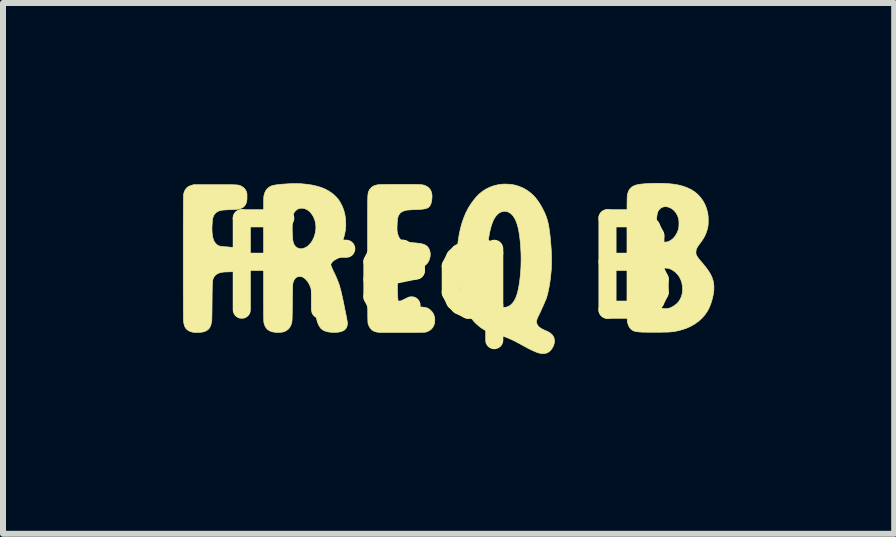
<source format=kicad_pcb>
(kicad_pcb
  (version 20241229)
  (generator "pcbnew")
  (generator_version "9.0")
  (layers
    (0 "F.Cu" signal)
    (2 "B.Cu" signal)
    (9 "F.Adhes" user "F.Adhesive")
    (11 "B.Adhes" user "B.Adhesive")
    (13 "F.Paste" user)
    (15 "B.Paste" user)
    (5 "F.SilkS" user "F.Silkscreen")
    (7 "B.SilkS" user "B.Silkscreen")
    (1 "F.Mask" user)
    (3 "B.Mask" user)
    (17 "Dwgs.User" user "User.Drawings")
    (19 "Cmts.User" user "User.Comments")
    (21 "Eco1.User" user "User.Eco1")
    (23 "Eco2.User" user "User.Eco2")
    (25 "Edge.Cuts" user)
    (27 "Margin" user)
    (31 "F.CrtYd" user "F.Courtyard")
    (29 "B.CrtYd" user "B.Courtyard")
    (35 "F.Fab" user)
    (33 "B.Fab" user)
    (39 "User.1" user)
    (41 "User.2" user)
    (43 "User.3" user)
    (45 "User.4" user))
  (footprint "Freq B"
    (layer "F.Cu")
    (at 4.427 1.423)
    (property "Reference" "Freq B" (at 0 0 0) (layer "F.SilkS") (effects (font (size 1.524 1.524) (thickness 0.3))))
    (attr through_hole)
    (fp_poly (pts (xy -3.767 -1.395) (xy -3.716 -1.395) (xy -3.672 -1.395) (xy -3.634 -1.394) (xy -3.602 -1.394) (xy -3.575 -1.393) (xy -3.552 -1.392) (xy -3.533 -1.391) (xy -3.518 -1.39) (xy -3.505 -1.388) (xy -3.494 -1.385) (xy -3.484 -1.383) (xy -3.476 -1.38) (xy -3.468 -1.376) (xy -3.46 -1.372) (xy -3.451 -1.368) (xy -3.421 -1.349) (xy -3.398 -1.327) (xy -3.38 -1.301) (xy -3.369 -1.276) (xy -3.365 -1.264) (xy -3.362 -1.253) (xy -3.361 -1.239) (xy -3.36 -1.221) (xy -3.36 -1.198) (xy -3.36 -1.196) (xy -3.36 -1.158) (xy -3.363 -1.127) (xy -3.369 -1.101) (xy -3.377 -1.077) (xy -3.381 -1.069) (xy -3.398 -1.042) (xy -3.42 -1.021) (xy -3.449 -1.005) (xy -3.484 -0.992) (xy -3.501 -0.988) (xy -3.514 -0.986) (xy -3.535 -0.984) (xy -3.561 -0.982) (xy -3.593 -0.98) (xy -3.627 -0.979) (xy -3.646 -0.978) (xy -3.684 -0.976) (xy -3.718 -0.974) (xy -3.747 -0.972) (xy -3.77 -0.97) (xy -3.787 -0.968) (xy -3.79 -0.967) (xy -3.83 -0.956) (xy -3.863 -0.939) (xy -3.889 -0.917) (xy -3.909 -0.89) (xy -3.924 -0.856) (xy -3.931 -0.832) (xy -3.935 -0.806) (xy -3.938 -0.773) (xy -3.941 -0.737) (xy -3.943 -0.699) (xy -3.944 -0.661) (xy -3.943 -0.626) (xy -3.942 -0.599) (xy -3.936 -0.552) (xy -3.929 -0.511) (xy -3.919 -0.477) (xy -3.906 -0.448) (xy -3.889 -0.424) (xy -3.873 -0.406) (xy -3.86 -0.394) (xy -3.845 -0.384) (xy -3.829 -0.376) (xy -3.81 -0.37) (xy -3.787 -0.366) (xy -3.758 -0.363) (xy -3.725 -0.36) (xy -3.671 -0.356) (xy -3.625 -0.352) (xy -3.586 -0.348) (xy -3.552 -0.343) (xy -3.524 -0.338) (xy -3.501 -0.331) (xy -3.481 -0.324) (xy -3.464 -0.316) (xy -3.45 -0.306) (xy -3.436 -0.294) (xy -3.433 -0.291) (xy -3.413 -0.265) (xy -3.398 -0.234) (xy -3.388 -0.199) (xy -3.385 -0.162) (xy -3.387 -0.124) (xy -3.395 -0.087) (xy -3.41 -0.052) (xy -3.421 -0.033) (xy -3.438 -0.011) (xy -3.459 0.01) (xy -3.481 0.026) (xy -3.503 0.038) (xy -3.503 0.038) (xy -3.521 0.043) (xy -3.546 0.048) (xy -3.576 0.052) (xy -3.609 0.056) (xy -3.643 0.058) (xy -3.677 0.059) (xy -3.688 0.059) (xy -3.741 0.061) (xy -3.787 0.067) (xy -3.826 0.078) (xy -3.858 0.093) (xy -3.885 0.112) (xy -3.905 0.136) (xy -3.916 0.155) (xy -3.92 0.164) (xy -3.923 0.172) (xy -3.926 0.18) (xy -3.929 0.188) (xy -3.931 0.198) (xy -3.933 0.209) (xy -3.935 0.223) (xy -3.936 0.24) (xy -3.937 0.26) (xy -3.938 0.285) (xy -3.939 0.315) (xy -3.939 0.35) (xy -3.94 0.391) (xy -3.941 0.439) (xy -3.941 0.494) (xy -3.942 0.544) (xy -3.942 0.596) (xy -3.943 0.645) (xy -3.943 0.692) (xy -3.944 0.735) (xy -3.944 0.773) (xy -3.945 0.807) (xy -3.946 0.835) (xy -3.946 0.857) (xy -3.947 0.871) (xy -3.947 0.878) (xy -3.947 0.878) (xy -3.95 0.89) (xy -3.953 0.905) (xy -3.955 0.917) (xy -3.966 0.956) (xy -3.982 0.99) (xy -4.005 1.017) (xy -4.034 1.038) (xy -4.068 1.054) (xy -4.083 1.058) (xy -4.108 1.063) (xy -4.138 1.067) (xy -4.171 1.069) (xy -4.204 1.069) (xy -4.234 1.068) (xy -4.247 1.067) (xy -4.288 1.059) (xy -4.324 1.045) (xy -4.354 1.026) (xy -4.377 1.003) (xy -4.381 0.997) (xy -4.391 0.982) (xy -4.398 0.966) (xy -4.405 0.947) (xy -4.411 0.922) (xy -4.414 0.905) (xy -4.415 0.9) (xy -4.416 0.895) (xy -4.416 0.889) (xy -4.417 0.882) (xy -4.418 0.873) (xy -4.418 0.862) (xy -4.419 0.849) (xy -4.419 0.834) (xy -4.42 0.816) (xy -4.42 0.794) (xy -4.42 0.769) (xy -4.42 0.741) (xy -4.421 0.708) (xy -4.421 0.67) (xy -4.421 0.628) (xy -4.421 0.581) (xy -4.421 0.528) (xy -4.421 0.47) (xy -4.422 0.405) (xy -4.422 0.334) (xy -4.422 0.257) (xy -4.422 0.172) (xy -4.422 0.08) (xy -4.422 -0.02) (xy -4.422 -0.127) (xy -4.422 -0.174) (xy -4.422 -0.285) (xy -4.422 -0.388) (xy -4.422 -0.483) (xy -4.422 -0.571) (xy -4.422 -0.652) (xy -4.422 -0.725) (xy -4.421 -0.793) (xy -4.421 -0.854) (xy -4.421 -0.909) (xy -4.421 -0.958) (xy -4.421 -1.002) (xy -4.421 -1.041) (xy -4.42 -1.076) (xy -4.42 -1.106) (xy -4.42 -1.132) (xy -4.42 -1.155) (xy -4.419 -1.174) (xy -4.419 -1.19) (xy -4.418 -1.203) (xy -4.418 -1.214) (xy -4.417 -1.223) (xy -4.417 -1.23) (xy -4.416 -1.235) (xy -4.415 -1.24) (xy -4.415 -1.243) (xy -4.403 -1.282) (xy -4.387 -1.314) (xy -4.366 -1.34) (xy -4.34 -1.361) (xy -4.307 -1.377) (xy -4.282 -1.385) (xy -4.248 -1.395) (xy -3.89 -1.395) (xy -3.825 -1.395) (xy -3.767 -1.395)) (stroke (width 0.01) (type solid)) (fill yes) (layer "F.SilkS"))
    (fp_poly (pts (xy 1.024 -1.401) (xy 1.097 -1.39) (xy 1.167 -1.37) (xy 1.234 -1.343) (xy 1.298 -1.308) (xy 1.357 -1.266) (xy 1.41 -1.219) (xy 1.45 -1.176) (xy 1.487 -1.128) (xy 1.523 -1.074) (xy 1.558 -1.013) (xy 1.574 -0.982) (xy 1.592 -0.947) (xy 1.608 -0.912) (xy 1.622 -0.878) (xy 1.634 -0.843) (xy 1.646 -0.807) (xy 1.656 -0.768) (xy 1.665 -0.728) (xy 1.673 -0.683) (xy 1.68 -0.635) (xy 1.687 -0.582) (xy 1.694 -0.523) (xy 1.7 -0.458) (xy 1.706 -0.385) (xy 1.711 -0.318) (xy 1.716 -0.21) (xy 1.717 -0.106) (xy 1.714 -0.003) (xy 1.705 0.102) (xy 1.692 0.21) (xy 1.691 0.22) (xy 1.682 0.278) (xy 1.671 0.334) (xy 1.66 0.388) (xy 1.648 0.437) (xy 1.636 0.481) (xy 1.625 0.512) (xy 1.62 0.525) (xy 1.611 0.545) (xy 1.6 0.57) (xy 1.588 0.599) (xy 1.574 0.63) (xy 1.559 0.662) (xy 1.545 0.694) (xy 1.531 0.724) (xy 1.518 0.752) (xy 1.507 0.775) (xy 1.5 0.788) (xy 1.484 0.821) (xy 1.474 0.849) (xy 1.467 0.873) (xy 1.466 0.894) (xy 1.469 0.913) (xy 1.476 0.933) (xy 1.482 0.943) (xy 1.495 0.962) (xy 1.513 0.98) (xy 1.536 0.997) (xy 1.566 1.014) (xy 1.603 1.032) (xy 1.62 1.039) (xy 1.651 1.053) (xy 1.675 1.066) (xy 1.694 1.078) (xy 1.711 1.092) (xy 1.727 1.107) (xy 1.727 1.107) (xy 1.746 1.133) (xy 1.758 1.16) (xy 1.764 1.19) (xy 1.765 1.21) (xy 1.761 1.251) (xy 1.749 1.291) (xy 1.728 1.33) (xy 1.728 1.331) (xy 1.704 1.363) (xy 1.678 1.388) (xy 1.651 1.405) (xy 1.621 1.416) (xy 1.588 1.421) (xy 1.586 1.421) (xy 1.567 1.421) (xy 1.548 1.42) (xy 1.534 1.418) (xy 1.533 1.418) (xy 1.502 1.41) (xy 1.468 1.399) (xy 1.43 1.383) (xy 1.387 1.364) (xy 1.339 1.34) (xy 1.284 1.311) (xy 1.251 1.293) (xy 1.195 1.262) (xy 1.145 1.235) (xy 1.099 1.211) (xy 1.058 1.191) (xy 1.019 1.174) (xy 0.982 1.158) (xy 0.946 1.144) (xy 0.909 1.132) (xy 0.87 1.12) (xy 0.828 1.108) (xy 0.8 1.101) (xy 0.762 1.091) (xy 0.731 1.083) (xy 0.705 1.074) (xy 0.682 1.066) (xy 0.66 1.057) (xy 0.637 1.046) (xy 0.614 1.035) (xy 0.55 0.997) (xy 0.492 0.952) (xy 0.437 0.901) (xy 0.387 0.842) (xy 0.342 0.775) (xy 0.301 0.702) (xy 0.265 0.622) (xy 0.233 0.534) (xy 0.206 0.44) (xy 0.183 0.338) (xy 0.164 0.229) (xy 0.15 0.112) (xy 0.15 0.105) (xy 0.147 0.077) (xy 0.146 0.041) (xy 0.144 0.001) (xy 0.143 -0.043) (xy 0.142 -0.09) (xy 0.142 -0.137) (xy 0.641 -0.137) (xy 0.641 -0.11) (xy 0.642 -0.081) (xy 0.643 -0.049) (xy 0.645 -0.014) (xy 0.649 0.027) (xy 0.653 0.073) (xy 0.658 0.127) (xy 0.661 0.159) (xy 0.668 0.215) (xy 0.678 0.274) (xy 0.69 0.332) (xy 0.705 0.388) (xy 0.721 0.441) (xy 0.738 0.487) (xy 0.742 0.497) (xy 0.753 0.521) (xy 0.767 0.546) (xy 0.783 0.569) (xy 0.799 0.59) (xy 0.813 0.606) (xy 0.818 0.611) (xy 0.851 0.633) (xy 0.884 0.646) (xy 0.919 0.651) (xy 0.956 0.648) (xy 0.967 0.645) (xy 1.003 0.632) (xy 1.036 0.61) (xy 1.065 0.581) (xy 1.092 0.545) (xy 1.116 0.501) (xy 1.136 0.45) (xy 1.138 0.442) (xy 1.152 0.394) (xy 1.165 0.338) (xy 1.176 0.275) (xy 1.186 0.208) (xy 1.194 0.137) (xy 1.201 0.063) (xy 1.206 -0.012) (xy 1.208 -0.088) (xy 1.209 -0.164) (xy 1.208 -0.238) (xy 1.207 -0.262) (xy 1.202 -0.351) (xy 1.196 -0.432) (xy 1.188 -0.505) (xy 1.179 -0.572) (xy 1.169 -0.632) (xy 1.157 -0.686) (xy 1.143 -0.735) (xy 1.127 -0.78) (xy 1.112 -0.814) (xy 1.089 -0.854) (xy 1.063 -0.888) (xy 1.034 -0.915) (xy 1.003 -0.934) (xy 0.97 -0.947) (xy 0.936 -0.951) (xy 0.908 -0.949) (xy 0.872 -0.938) (xy 0.84 -0.92) (xy 0.809 -0.894) (xy 0.782 -0.861) (xy 0.756 -0.82) (xy 0.734 -0.771) (xy 0.714 -0.714) (xy 0.696 -0.649) (xy 0.68 -0.576) (xy 0.667 -0.495) (xy 0.667 -0.493) (xy 0.664 -0.466) (xy 0.66 -0.433) (xy 0.657 -0.395) (xy 0.653 -0.353) (xy 0.65 -0.31) (xy 0.647 -0.267) (xy 0.644 -0.226) (xy 0.642 -0.188) (xy 0.641 -0.163) (xy 0.641 -0.137) (xy 0.142 -0.137) (xy 0.142 -0.137) (xy 0.142 -0.184) (xy 0.143 -0.229) (xy 0.143 -0.27) (xy 0.145 -0.306) (xy 0.147 -0.336) (xy 0.147 -0.345) (xy 0.16 -0.458) (xy 0.177 -0.564) (xy 0.198 -0.664) (xy 0.224 -0.757) (xy 0.254 -0.844) (xy 0.288 -0.926) (xy 0.328 -1.003) (xy 0.373 -1.075) (xy 0.423 -1.143) (xy 0.459 -1.187) (xy 0.51 -1.239) (xy 0.566 -1.284) (xy 0.627 -1.323) (xy 0.692 -1.354) (xy 0.76 -1.379) (xy 0.831 -1.395) (xy 0.905 -1.404) (xy 0.949 -1.405) (xy 1.024 -1.401)) (stroke (width 0.01) (type solid)) (fill yes) (layer "F.SilkS"))
    (fp_poly (pts (xy -0.745 -1.399) (xy -0.688 -1.399) (xy -0.638 -1.399) (xy -0.595 -1.399) (xy -0.557 -1.398) (xy -0.525 -1.398) (xy -0.498 -1.397) (xy -0.476 -1.396) (xy -0.457 -1.394) (xy -0.441 -1.393) (xy -0.428 -1.391) (xy -0.416 -1.388) (xy -0.406 -1.385) (xy -0.397 -1.382) (xy -0.388 -1.378) (xy -0.378 -1.374) (xy -0.374 -1.372) (xy -0.342 -1.353) (xy -0.316 -1.328) (xy -0.296 -1.297) (xy -0.283 -1.262) (xy -0.276 -1.221) (xy -0.276 -1.175) (xy -0.282 -1.129) (xy -0.289 -1.093) (xy -0.299 -1.065) (xy -0.311 -1.042) (xy -0.322 -1.028) (xy -0.333 -1.018) (xy -0.345 -1.01) (xy -0.359 -1.003) (xy -0.376 -0.997) (xy -0.396 -0.992) (xy -0.421 -0.988) (xy -0.45 -0.985) (xy -0.486 -0.982) (xy -0.529 -0.98) (xy -0.574 -0.978) (xy -0.604 -0.977) (xy -0.633 -0.975) (xy -0.659 -0.973) (xy -0.68 -0.972) (xy -0.695 -0.97) (xy -0.701 -0.969) (xy -0.733 -0.961) (xy -0.763 -0.95) (xy -0.788 -0.936) (xy -0.803 -0.924) (xy -0.817 -0.908) (xy -0.829 -0.89) (xy -0.839 -0.869) (xy -0.846 -0.845) (xy -0.851 -0.815) (xy -0.855 -0.78) (xy -0.857 -0.738) (xy -0.858 -0.718) (xy -0.859 -0.687) (xy -0.859 -0.663) (xy -0.859 -0.644) (xy -0.858 -0.628) (xy -0.856 -0.614) (xy -0.853 -0.599) (xy -0.852 -0.592) (xy -0.841 -0.551) (xy -0.826 -0.516) (xy -0.806 -0.488) (xy -0.783 -0.466) (xy -0.761 -0.453) (xy -0.747 -0.447) (xy -0.733 -0.442) (xy -0.717 -0.439) (xy -0.697 -0.435) (xy -0.673 -0.433) (xy -0.643 -0.43) (xy -0.606 -0.428) (xy -0.606 -0.428) (xy -0.552 -0.424) (xy -0.505 -0.419) (xy -0.466 -0.413) (xy -0.433 -0.406) (xy -0.405 -0.397) (xy -0.383 -0.386) (xy -0.364 -0.373) (xy -0.35 -0.36) (xy -0.33 -0.332) (xy -0.315 -0.3) (xy -0.307 -0.265) (xy -0.305 -0.229) (xy -0.308 -0.193) (xy -0.317 -0.157) (xy -0.33 -0.124) (xy -0.348 -0.093) (xy -0.37 -0.067) (xy -0.397 -0.046) (xy -0.427 -0.031) (xy -0.434 -0.029) (xy -0.441 -0.028) (xy -0.456 -0.026) (xy -0.476 -0.024) (xy -0.502 -0.022) (xy -0.532 -0.019) (xy -0.565 -0.016) (xy -0.584 -0.015) (xy -0.62 -0.012) (xy -0.654 -0.009) (xy -0.684 -0.006) (xy -0.71 -0.003) (xy -0.731 -0.000413) (xy -0.744 0.002) (xy -0.747 0.002) (xy -0.778 0.013) (xy -0.802 0.027) (xy -0.82 0.045) (xy -0.833 0.068) (xy -0.842 0.094) (xy -0.844 0.108) (xy -0.846 0.13) (xy -0.848 0.158) (xy -0.85 0.19) (xy -0.851 0.226) (xy -0.852 0.264) (xy -0.852 0.303) (xy -0.852 0.341) (xy -0.852 0.378) (xy -0.851 0.412) (xy -0.851 0.415) (xy -0.849 0.454) (xy -0.847 0.485) (xy -0.845 0.511) (xy -0.842 0.531) (xy -0.839 0.547) (xy -0.834 0.559) (xy -0.829 0.57) (xy -0.822 0.579) (xy -0.817 0.586) (xy -0.807 0.596) (xy -0.797 0.604) (xy -0.786 0.611) (xy -0.771 0.616) (xy -0.754 0.621) (xy -0.733 0.625) (xy -0.706 0.628) (xy -0.674 0.631) (xy -0.636 0.634) (xy -0.59 0.636) (xy -0.566 0.637) (xy -0.517 0.64) (xy -0.476 0.642) (xy -0.441 0.645) (xy -0.412 0.648) (xy -0.388 0.652) (xy -0.368 0.657) (xy -0.351 0.663) (xy -0.336 0.671) (xy -0.322 0.68) (xy -0.308 0.69) (xy -0.3 0.698) (xy -0.271 0.729) (xy -0.25 0.763) (xy -0.236 0.802) (xy -0.229 0.844) (xy -0.229 0.863) (xy -0.232 0.907) (xy -0.243 0.946) (xy -0.261 0.981) (xy -0.285 1.011) (xy -0.316 1.035) (xy -0.352 1.054) (xy -0.376 1.062) (xy -0.382 1.063) (xy -0.389 1.064) (xy -0.398 1.065) (xy -0.41 1.066) (xy -0.425 1.066) (xy -0.445 1.067) (xy -0.468 1.067) (xy -0.497 1.068) (xy -0.531 1.068) (xy -0.571 1.068) (xy -0.618 1.069) (xy -0.672 1.069) (xy -0.734 1.069) (xy -0.77 1.069) (xy -0.826 1.069) (xy -0.88 1.069) (xy -0.93 1.069) (xy -0.978 1.069) (xy -1.021 1.069) (xy -1.059 1.069) (xy -1.092 1.069) (xy -1.119 1.069) (xy -1.14 1.069) (xy -1.153 1.068) (xy -1.158 1.068) (xy -1.178 1.065) (xy -1.201 1.061) (xy -1.223 1.055) (xy -1.242 1.048) (xy -1.25 1.045) (xy -1.278 1.026) (xy -1.303 1) (xy -1.323 0.968) (xy -1.339 0.931) (xy -1.34 0.925) (xy -1.341 0.922) (xy -1.342 0.918) (xy -1.343 0.914) (xy -1.343 0.908) (xy -1.344 0.901) (xy -1.345 0.892) (xy -1.345 0.881) (xy -1.345 0.867) (xy -1.346 0.851) (xy -1.346 0.831) (xy -1.347 0.808) (xy -1.347 0.781) (xy -1.347 0.75) (xy -1.347 0.715) (xy -1.348 0.675) (xy -1.348 0.63) (xy -1.348 0.58) (xy -1.348 0.524) (xy -1.348 0.462) (xy -1.349 0.394) (xy -1.349 0.319) (xy -1.349 0.237) (xy -1.349 0.148) (xy -1.349 0.052) (xy -1.349 -0.053) (xy -1.349 -0.148) (xy -1.349 -0.261) (xy -1.35 -0.366) (xy -1.35 -0.463) (xy -1.35 -0.553) (xy -1.35 -0.635) (xy -1.35 -0.711) (xy -1.35 -0.78) (xy -1.35 -0.843) (xy -1.35 -0.9) (xy -1.35 -0.951) (xy -1.349 -0.997) (xy -1.349 -1.038) (xy -1.349 -1.075) (xy -1.348 -1.107) (xy -1.348 -1.135) (xy -1.347 -1.159) (xy -1.347 -1.181) (xy -1.346 -1.199) (xy -1.345 -1.214) (xy -1.344 -1.227) (xy -1.343 -1.238) (xy -1.341 -1.247) (xy -1.34 -1.255) (xy -1.339 -1.262) (xy -1.337 -1.268) (xy -1.335 -1.273) (xy -1.333 -1.278) (xy -1.331 -1.284) (xy -1.329 -1.289) (xy -1.316 -1.314) (xy -1.296 -1.338) (xy -1.273 -1.359) (xy -1.248 -1.373) (xy -1.242 -1.376) (xy -1.232 -1.38) (xy -1.222 -1.383) (xy -1.212 -1.386) (xy -1.201 -1.389) (xy -1.19 -1.391) (xy -1.178 -1.393) (xy -1.163 -1.395) (xy -1.145 -1.396) (xy -1.124 -1.397) (xy -1.098 -1.398) (xy -1.068 -1.398) (xy -1.033 -1.398) (xy -0.992 -1.399) (xy -0.945 -1.399) (xy -0.89 -1.399) (xy -0.828 -1.399) (xy -0.811 -1.399) (xy -0.745 -1.399)) (stroke (width 0.01) (type solid)) (fill yes) (layer "F.SilkS"))
    (fp_poly (pts (xy -2.507 -1.412) (xy -2.467 -1.411) (xy -2.451 -1.41) (xy -2.359 -1.401) (xy -2.273 -1.388) (xy -2.194 -1.37) (xy -2.122 -1.348) (xy -2.056 -1.321) (xy -1.996 -1.288) (xy -1.941 -1.251) (xy -1.892 -1.209) (xy -1.882 -1.2) (xy -1.839 -1.151) (xy -1.803 -1.096) (xy -1.772 -1.035) (xy -1.747 -0.97) (xy -1.729 -0.9) (xy -1.717 -0.825) (xy -1.715 -0.797) (xy -1.713 -0.718) (xy -1.719 -0.639) (xy -1.734 -0.561) (xy -1.756 -0.484) (xy -1.786 -0.41) (xy -1.791 -0.4) (xy -1.809 -0.364) (xy -1.829 -0.33) (xy -1.85 -0.297) (xy -1.875 -0.262) (xy -1.897 -0.234) (xy -1.923 -0.201) (xy -1.942 -0.172) (xy -1.955 -0.146) (xy -1.964 -0.122) (xy -1.967 -0.099) (xy -1.966 -0.076) (xy -1.962 -0.056) (xy -1.959 -0.044) (xy -1.952 -0.026) (xy -1.942 -0.003) (xy -1.931 0.022) (xy -1.918 0.05) (xy -1.909 0.068) (xy -1.893 0.102) (xy -1.878 0.134) (xy -1.865 0.164) (xy -1.853 0.193) (xy -1.842 0.221) (xy -1.831 0.25) (xy -1.821 0.28) (xy -1.812 0.312) (xy -1.802 0.347) (xy -1.792 0.385) (xy -1.782 0.427) (xy -1.772 0.474) (xy -1.76 0.526) (xy -1.748 0.585) (xy -1.735 0.651) (xy -1.725 0.701) (xy -1.715 0.748) (xy -1.707 0.787) (xy -1.701 0.82) (xy -1.696 0.847) (xy -1.692 0.869) (xy -1.689 0.887) (xy -1.687 0.9) (xy -1.686 0.912) (xy -1.686 0.921) (xy -1.686 0.929) (xy -1.686 0.929) (xy -1.692 0.963) (xy -1.703 0.991) (xy -1.721 1.015) (xy -1.745 1.035) (xy -1.776 1.049) (xy -1.814 1.06) (xy -1.859 1.066) (xy -1.909 1.068) (xy -1.966 1.065) (xy -2.016 1.058) (xy -2.059 1.045) (xy -2.096 1.027) (xy -2.112 1.016) (xy -2.133 0.996) (xy -2.152 0.969) (xy -2.17 0.935) (xy -2.185 0.896) (xy -2.195 0.863) (xy -2.197 0.853) (xy -2.2 0.835) (xy -2.205 0.811) (xy -2.21 0.782) (xy -2.216 0.749) (xy -2.222 0.713) (xy -2.228 0.674) (xy -2.231 0.658) (xy -2.241 0.598) (xy -2.25 0.546) (xy -2.258 0.501) (xy -2.265 0.462) (xy -2.272 0.428) (xy -2.278 0.399) (xy -2.284 0.374) (xy -2.29 0.352) (xy -2.295 0.333) (xy -2.301 0.315) (xy -2.307 0.299) (xy -2.313 0.284) (xy -2.332 0.247) (xy -2.354 0.214) (xy -2.379 0.185) (xy -2.406 0.162) (xy -2.428 0.148) (xy -2.453 0.139) (xy -2.48 0.136) (xy -2.505 0.138) (xy -2.525 0.144) (xy -2.548 0.16) (xy -2.568 0.183) (xy -2.583 0.212) (xy -2.595 0.248) (xy -2.595 0.25) (xy -2.596 0.259) (xy -2.598 0.275) (xy -2.599 0.298) (xy -2.6 0.329) (xy -2.6 0.367) (xy -2.601 0.413) (xy -2.602 0.467) (xy -2.603 0.529) (xy -2.603 0.574) (xy -2.604 0.633) (xy -2.605 0.685) (xy -2.605 0.729) (xy -2.606 0.767) (xy -2.607 0.798) (xy -2.607 0.825) (xy -2.608 0.846) (xy -2.609 0.864) (xy -2.61 0.877) (xy -2.611 0.888) (xy -2.612 0.897) (xy -2.613 0.903) (xy -2.627 0.946) (xy -2.646 0.983) (xy -2.671 1.013) (xy -2.701 1.036) (xy -2.736 1.054) (xy -2.757 1.06) (xy -2.78 1.064) (xy -2.808 1.067) (xy -2.839 1.069) (xy -2.868 1.069) (xy -2.893 1.066) (xy -2.938 1.058) (xy -2.976 1.045) (xy -3.007 1.027) (xy -3.032 1.005) (xy -3.052 0.976) (xy -3.068 0.941) (xy -3.076 0.911) (xy -3.077 0.907) (xy -3.078 0.903) (xy -3.079 0.898) (xy -3.079 0.891) (xy -3.08 0.884) (xy -3.08 0.874) (xy -3.081 0.862) (xy -3.081 0.848) (xy -3.082 0.831) (xy -3.082 0.811) (xy -3.082 0.788) (xy -3.083 0.76) (xy -3.083 0.729) (xy -3.083 0.693) (xy -3.083 0.653) (xy -3.083 0.607) (xy -3.084 0.556) (xy -3.084 0.5) (xy -3.084 0.437) (xy -3.084 0.369) (xy -3.084 0.293) (xy -3.084 0.211) (xy -3.084 0.121) (xy -3.084 0.023) (xy -3.084 -0.082) (xy -3.084 -0.152) (xy -3.084 -0.263) (xy -3.084 -0.365) (xy -3.084 -0.46) (xy -3.084 -0.546) (xy -3.084 -0.626) (xy -3.084 -0.675) (xy -2.606 -0.675) (xy -2.606 -0.635) (xy -2.605 -0.597) (xy -2.604 -0.576) (xy -2.602 -0.547) (xy -2.6 -0.52) (xy -2.598 -0.496) (xy -2.597 -0.476) (xy -2.595 -0.463) (xy -2.595 -0.461) (xy -2.586 -0.424) (xy -2.572 -0.392) (xy -2.552 -0.366) (xy -2.528 -0.346) (xy -2.5 -0.333) (xy -2.468 -0.327) (xy -2.464 -0.326) (xy -2.451 -0.327) (xy -2.435 -0.33) (xy -2.424 -0.332) (xy -2.386 -0.346) (xy -2.351 -0.368) (xy -2.319 -0.397) (xy -2.29 -0.431) (xy -2.265 -0.471) (xy -2.244 -0.517) (xy -2.228 -0.566) (xy -2.217 -0.619) (xy -2.214 -0.639) (xy -2.211 -0.688) (xy -2.215 -0.735) (xy -2.223 -0.781) (xy -2.237 -0.824) (xy -2.255 -0.864) (xy -2.278 -0.901) (xy -2.303 -0.933) (xy -2.332 -0.96) (xy -2.364 -0.98) (xy -2.398 -0.995) (xy -2.433 -1.002) (xy -2.461 -1.002) (xy -2.494 -0.996) (xy -2.524 -0.982) (xy -2.55 -0.961) (xy -2.571 -0.935) (xy -2.587 -0.903) (xy -2.594 -0.876) (xy -2.598 -0.855) (xy -2.6 -0.827) (xy -2.603 -0.793) (xy -2.604 -0.755) (xy -2.605 -0.715) (xy -2.606 -0.675) (xy -3.084 -0.675) (xy -3.084 -0.699) (xy -3.084 -0.766) (xy -3.084 -0.826) (xy -3.084 -0.88) (xy -3.083 -0.929) (xy -3.083 -0.972) (xy -3.083 -1.011) (xy -3.083 -1.045) (xy -3.083 -1.075) (xy -3.082 -1.101) (xy -3.082 -1.123) (xy -3.082 -1.142) (xy -3.081 -1.158) (xy -3.081 -1.171) (xy -3.08 -1.182) (xy -3.08 -1.191) (xy -3.079 -1.198) (xy -3.078 -1.204) (xy -3.078 -1.209) (xy -3.077 -1.213) (xy -3.076 -1.217) (xy -3.063 -1.261) (xy -3.045 -1.297) (xy -3.022 -1.327) (xy -2.994 -1.352) (xy -2.959 -1.371) (xy -2.947 -1.376) (xy -2.927 -1.382) (xy -2.9 -1.387) (xy -2.867 -1.393) (xy -2.828 -1.397) (xy -2.786 -1.402) (xy -2.74 -1.405) (xy -2.693 -1.408) (xy -2.645 -1.411) (xy -2.597 -1.412) (xy -2.551 -1.413) (xy -2.507 -1.412)) (stroke (width 0.01) (type solid)) (fill yes) (layer "F.SilkS"))
    (fp_poly (pts (xy 3.582 -1.416) (xy 3.651 -1.413) (xy 3.714 -1.407) (xy 3.751 -1.403) (xy 3.834 -1.389) (xy 3.91 -1.369) (xy 3.981 -1.343) (xy 4.045 -1.312) (xy 4.103 -1.275) (xy 4.154 -1.232) (xy 4.199 -1.184) (xy 4.238 -1.13) (xy 4.271 -1.071) (xy 4.297 -1.006) (xy 4.317 -0.935) (xy 4.319 -0.926) (xy 4.323 -0.898) (xy 4.327 -0.864) (xy 4.328 -0.827) (xy 4.329 -0.789) (xy 4.328 -0.752) (xy 4.326 -0.718) (xy 4.322 -0.69) (xy 4.321 -0.686) (xy 4.308 -0.635) (xy 4.292 -0.587) (xy 4.272 -0.541) (xy 4.247 -0.496) (xy 4.216 -0.449) (xy 4.179 -0.4) (xy 4.158 -0.371) (xy 4.143 -0.346) (xy 4.132 -0.323) (xy 4.126 -0.299) (xy 4.124 -0.276) (xy 4.123 -0.258) (xy 4.124 -0.245) (xy 4.127 -0.234) (xy 4.132 -0.221) (xy 4.137 -0.21) (xy 4.149 -0.191) (xy 4.165 -0.168) (xy 4.185 -0.143) (xy 4.191 -0.135) (xy 4.219 -0.103) (xy 4.247 -0.07) (xy 4.273 -0.037) (xy 4.297 -0.007) (xy 4.317 0.02) (xy 4.333 0.043) (xy 4.337 0.049) (xy 4.367 0.099) (xy 4.391 0.15) (xy 4.408 0.201) (xy 4.419 0.254) (xy 4.423 0.309) (xy 4.422 0.366) (xy 4.414 0.427) (xy 4.4 0.493) (xy 4.38 0.563) (xy 4.374 0.582) (xy 4.348 0.65) (xy 4.314 0.715) (xy 4.273 0.774) (xy 4.226 0.828) (xy 4.172 0.878) (xy 4.112 0.922) (xy 4.046 0.961) (xy 3.975 0.994) (xy 3.897 1.021) (xy 3.846 1.035) (xy 3.82 1.041) (xy 3.797 1.046) (xy 3.775 1.051) (xy 3.753 1.054) (xy 3.731 1.057) (xy 3.706 1.059) (xy 3.68 1.061) (xy 3.649 1.063) (xy 3.614 1.063) (xy 3.573 1.064) (xy 3.525 1.065) (xy 3.48 1.065) (xy 3.436 1.065) (xy 3.393 1.065) (xy 3.351 1.065) (xy 3.312 1.065) (xy 3.277 1.064) (xy 3.247 1.064) (xy 3.224 1.063) (xy 3.209 1.062) (xy 3.173 1.06) (xy 3.145 1.057) (xy 3.122 1.053) (xy 3.103 1.049) (xy 3.086 1.043) (xy 3.072 1.036) (xy 3.043 1.016) (xy 3.019 0.989) (xy 3 0.955) (xy 2.986 0.914) (xy 2.982 0.897) (xy 2.981 0.893) (xy 2.98 0.889) (xy 2.979 0.883) (xy 2.979 0.877) (xy 2.978 0.869) (xy 2.978 0.859) (xy 2.977 0.847) (xy 2.977 0.833) (xy 2.976 0.816) (xy 2.976 0.796) (xy 2.976 0.772) (xy 2.975 0.745) (xy 2.975 0.714) (xy 2.975 0.678) (xy 2.975 0.638) (xy 2.974 0.593) (xy 2.974 0.542) (xy 2.974 0.486) (xy 2.974 0.424) (xy 2.974 0.355) (xy 2.974 0.304) (xy 3.463 0.304) (xy 3.464 0.32) (xy 3.465 0.33) (xy 3.467 0.332) (xy 3.468 0.336) (xy 3.47 0.348) (xy 3.47 0.366) (xy 3.471 0.392) (xy 3.471 0.426) (xy 3.471 0.438) (xy 3.471 0.471) (xy 3.472 0.497) (xy 3.472 0.518) (xy 3.473 0.533) (xy 3.474 0.546) (xy 3.476 0.556) (xy 3.479 0.565) (xy 3.48 0.568) (xy 3.493 0.602) (xy 3.511 0.628) (xy 3.534 0.649) (xy 3.562 0.665) (xy 3.563 0.665) (xy 3.583 0.67) (xy 3.608 0.672) (xy 3.636 0.671) (xy 3.663 0.668) (xy 3.688 0.661) (xy 3.689 0.66) (xy 3.727 0.643) (xy 3.764 0.62) (xy 3.798 0.594) (xy 3.827 0.566) (xy 3.836 0.554) (xy 3.863 0.511) (xy 3.883 0.465) (xy 3.896 0.414) (xy 3.901 0.361) (xy 3.899 0.306) (xy 3.89 0.25) (xy 3.886 0.233) (xy 3.869 0.185) (xy 3.846 0.141) (xy 3.817 0.101) (xy 3.783 0.066) (xy 3.745 0.037) (xy 3.704 0.014) (xy 3.676 0.004) (xy 3.653 -0.002) (xy 3.627 -0.004) (xy 3.601 -0.004) (xy 3.58 -0.002) (xy 3.574 -0.00041) (xy 3.545 0.012) (xy 3.52 0.03) (xy 3.5 0.053) (xy 3.486 0.079) (xy 3.482 0.088) (xy 3.479 0.103) (xy 3.476 0.123) (xy 3.473 0.147) (xy 3.47 0.174) (xy 3.468 0.202) (xy 3.466 0.231) (xy 3.464 0.258) (xy 3.464 0.283) (xy 3.463 0.304) (xy 2.974 0.304) (xy 2.974 0.28) (xy 2.974 0.198) (xy 2.974 0.108) (xy 2.974 0.011) (xy 2.974 -0.094) (xy 2.974 -0.165) (xy 2.974 -0.275) (xy 2.974 -0.378) (xy 2.974 -0.472) (xy 2.974 -0.559) (xy 2.974 -0.639) (xy 2.974 -0.711) (xy 2.974 -0.731) (xy 3.461 -0.731) (xy 3.462 -0.714) (xy 3.463 -0.694) (xy 3.465 -0.669) (xy 3.467 -0.643) (xy 3.47 -0.615) (xy 3.473 -0.589) (xy 3.476 -0.567) (xy 3.478 -0.55) (xy 3.48 -0.539) (xy 3.48 -0.538) (xy 3.494 -0.507) (xy 3.512 -0.48) (xy 3.533 -0.459) (xy 3.557 -0.445) (xy 3.562 -0.443) (xy 3.588 -0.437) (xy 3.618 -0.437) (xy 3.648 -0.442) (xy 3.663 -0.446) (xy 3.697 -0.463) (xy 3.73 -0.486) (xy 3.76 -0.516) (xy 3.786 -0.552) (xy 3.809 -0.592) (xy 3.826 -0.635) (xy 3.832 -0.654) (xy 3.836 -0.673) (xy 3.839 -0.692) (xy 3.84 -0.715) (xy 3.841 -0.743) (xy 3.841 -0.745) (xy 3.84 -0.779) (xy 3.838 -0.807) (xy 3.833 -0.832) (xy 3.825 -0.856) (xy 3.814 -0.883) (xy 3.81 -0.892) (xy 3.789 -0.927) (xy 3.764 -0.958) (xy 3.736 -0.983) (xy 3.706 -1.003) (xy 3.675 -1.017) (xy 3.643 -1.026) (xy 3.611 -1.028) (xy 3.581 -1.024) (xy 3.552 -1.013) (xy 3.526 -0.995) (xy 3.511 -0.979) (xy 3.501 -0.965) (xy 3.492 -0.951) (xy 3.486 -0.936) (xy 3.48 -0.918) (xy 3.476 -0.896) (xy 3.472 -0.868) (xy 3.468 -0.833) (xy 3.467 -0.82) (xy 3.464 -0.791) (xy 3.462 -0.768) (xy 3.461 -0.749) (xy 3.461 -0.731) (xy 2.974 -0.731) (xy 2.974 -0.778) (xy 2.974 -0.838) (xy 2.974 -0.892) (xy 2.974 -0.941) (xy 2.975 -0.984) (xy 2.975 -1.023) (xy 2.975 -1.057) (xy 2.975 -1.087) (xy 2.976 -1.113) (xy 2.976 -1.135) (xy 2.976 -1.154) (xy 2.977 -1.17) (xy 2.977 -1.183) (xy 2.978 -1.194) (xy 2.978 -1.203) (xy 2.979 -1.211) (xy 2.98 -1.217) (xy 2.98 -1.222) (xy 2.981 -1.226) (xy 2.981 -1.228) (xy 2.993 -1.268) (xy 3.008 -1.303) (xy 3.029 -1.332) (xy 3.055 -1.356) (xy 3.087 -1.374) (xy 3.125 -1.389) (xy 3.17 -1.399) (xy 3.213 -1.405) (xy 3.285 -1.411) (xy 3.36 -1.415) (xy 3.435 -1.417) (xy 3.51 -1.418) (xy 3.582 -1.416)) (stroke (width 0.01) (type solid)) (fill yes) (layer "F.SilkS")))
  (gr_rect
    (start -3 -3)
    (end 11.855 5.848)
    (stroke (width 0.1) (type default))
    (fill no)
    (layer "Edge.Cuts")))
</source>
